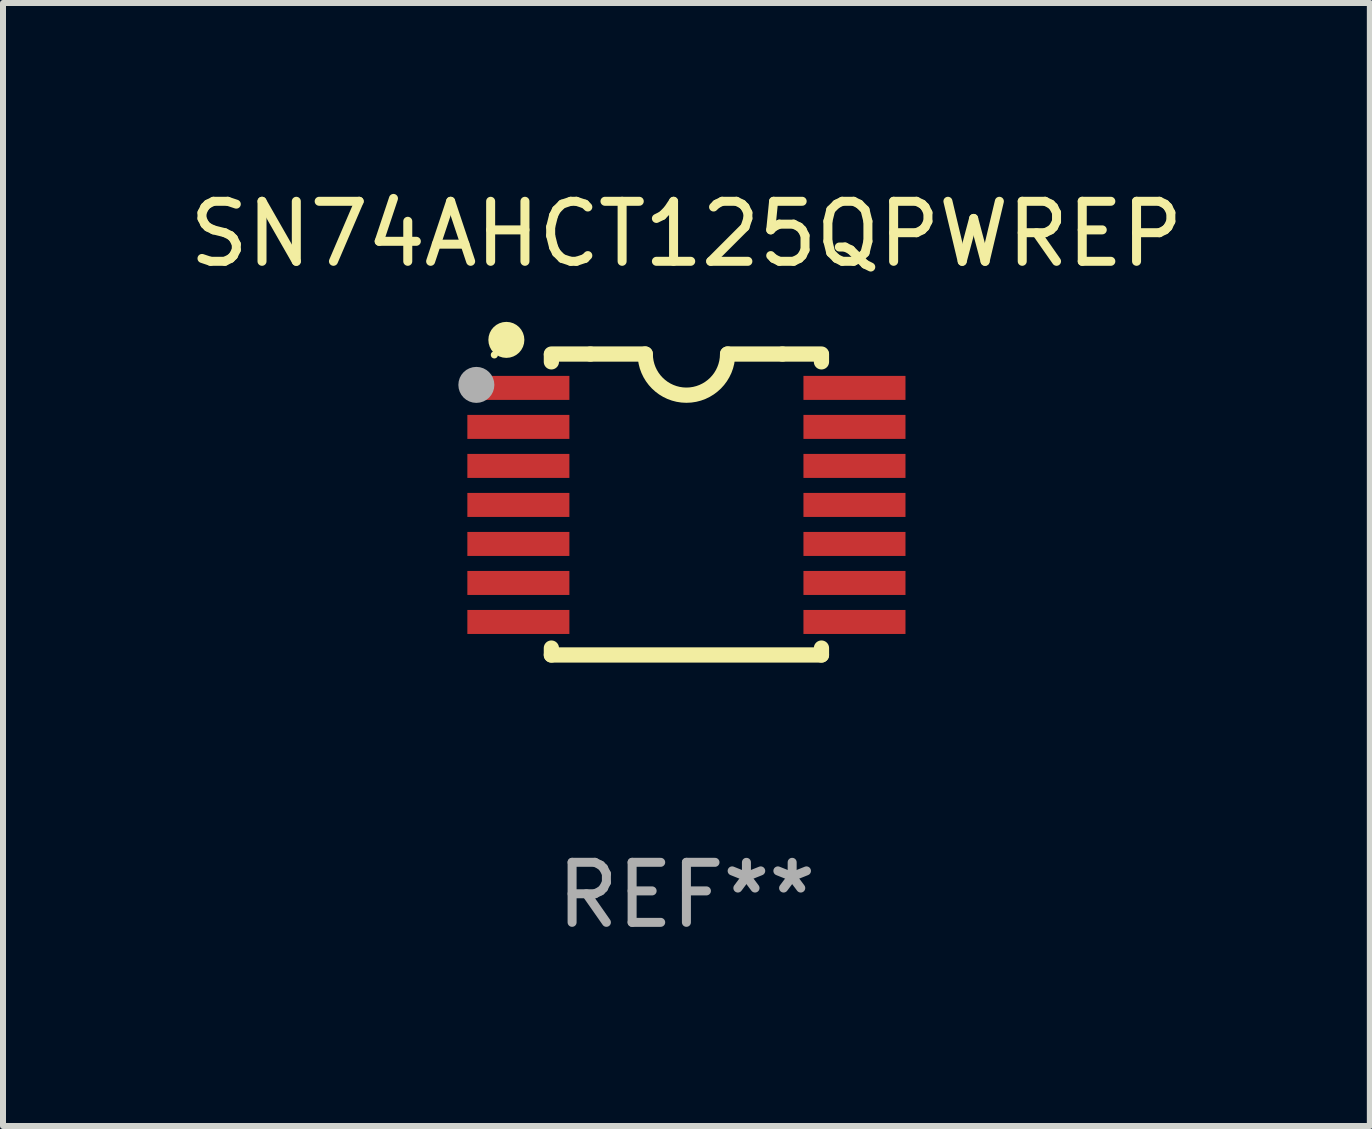
<source format=kicad_pcb>
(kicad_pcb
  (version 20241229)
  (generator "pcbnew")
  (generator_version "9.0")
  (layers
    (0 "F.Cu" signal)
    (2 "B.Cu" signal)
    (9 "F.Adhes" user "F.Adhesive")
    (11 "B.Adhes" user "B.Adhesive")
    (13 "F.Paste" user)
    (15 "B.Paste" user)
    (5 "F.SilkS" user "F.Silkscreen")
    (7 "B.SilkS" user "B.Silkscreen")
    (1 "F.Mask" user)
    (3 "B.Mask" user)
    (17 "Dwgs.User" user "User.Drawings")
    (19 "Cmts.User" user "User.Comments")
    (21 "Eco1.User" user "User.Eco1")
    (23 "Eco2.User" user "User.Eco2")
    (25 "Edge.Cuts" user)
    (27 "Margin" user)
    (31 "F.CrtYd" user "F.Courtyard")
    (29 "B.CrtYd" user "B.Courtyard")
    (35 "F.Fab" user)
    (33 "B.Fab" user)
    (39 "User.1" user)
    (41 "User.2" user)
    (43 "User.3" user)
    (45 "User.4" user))
  (footprint "SN74AHCT125QPWREP"
    (layer "F.Cu")
    (at 8.387 5.356)
    (property "Reference" "SN74AHCT125QPWREP" (at 0 -4.507 0) (layer "F.SilkS") (effects (font (size 1 1) (thickness 0.15))))
    (attr through_hole)
    (fp_line (start -2.25 -2.377) (end -2.25 -2.493) (stroke (width 0.254) (type solid)) (layer "F.SilkS"))
    (fp_line (start -2.25 2.507) (end -2.25 2.392) (stroke (width 0.254) (type solid)) (layer "F.SilkS"))
    (fp_line (start -1.6 -2.507) (end -2.25 -2.507) (stroke (width 0.254) (type solid)) (layer "F.SilkS"))
    (fp_line (start -1.6 -2.507) (end -0.686 -2.507) (stroke (width 0.254) (type solid)) (layer "F.SilkS"))
    (fp_line (start 0.686 -2.507) (end 1.6 -2.507) (stroke (width 0.254) (type solid)) (layer "F.SilkS"))
    (fp_line (start 1.6 -2.507) (end 2.25 -2.507) (stroke (width 0.254) (type solid)) (layer "F.SilkS"))
    (fp_line (start 2.25 -2.493) (end 2.25 -2.377) (stroke (width 0.254) (type solid)) (layer "F.SilkS"))
    (fp_line (start 2.25 2.392) (end 2.25 2.507) (stroke (width 0.254) (type solid)) (layer "F.SilkS"))
    (fp_line (start 2.25 2.507) (end -2.25 2.507) (stroke (width 0.254) (type solid)) (layer "F.SilkS"))
    (fp_arc (start 0.685852 -2.507303) (mid 0.000051 -1.821502) (end -0.68575 -2.507303) (stroke (width 0.254001) (type solid)) (layer "F.SilkS"))
    (fp_circle (center -3.2 -2.493) (end -3.17 -2.493) (stroke (width 0.06) (type solid)) (fill no) (layer "F.SilkS"))
    (fp_circle (center -3 -2.743) (end -2.85 -2.743) (stroke (width 0.3) (type solid)) (fill no) (layer "F.SilkS"))
    (fp_circle (center -3.5 -1.993) (end -3.35 -1.993) (stroke (width 0.3) (type solid)) (fill no) (layer "F.Fab"))
    (fp_text user "REF**" (at 0 6.507 0) (layer "F.Fab") (effects (font (size 1 1) (thickness 0.15))))
    (pad "1" smd rect (at -2.8 -1.943) (size 1.7 0.4) (layers "F.Cu" "F.Mask" "F.Paste"))
    (pad "2" smd rect (at -2.8 -1.293) (size 1.7 0.4) (layers "F.Cu" "F.Mask" "F.Paste"))
    (pad "3" smd rect (at -2.8 -0.643) (size 1.7 0.4) (layers "F.Cu" "F.Mask" "F.Paste"))
    (pad "4" smd rect (at -2.8 0.007) (size 1.7 0.4) (layers "F.Cu" "F.Mask" "F.Paste"))
    (pad "5" smd rect (at -2.8 0.657) (size 1.7 0.4) (layers "F.Cu" "F.Mask" "F.Paste"))
    (pad "6" smd rect (at -2.8 1.307) (size 1.7 0.4) (layers "F.Cu" "F.Mask" "F.Paste"))
    (pad "7" smd rect (at -2.8 1.957) (size 1.7 0.4) (layers "F.Cu" "F.Mask" "F.Paste"))
    (pad "8" smd rect (at 2.8 1.957) (size 1.7 0.4) (layers "F.Cu" "F.Mask" "F.Paste"))
    (pad "9" smd rect (at 2.8 1.307) (size 1.7 0.4) (layers "F.Cu" "F.Mask" "F.Paste"))
    (pad "10" smd rect (at 2.8 0.657) (size 1.7 0.4) (layers "F.Cu" "F.Mask" "F.Paste"))
    (pad "11" smd rect (at 2.8 0.007) (size 1.7 0.4) (layers "F.Cu" "F.Mask" "F.Paste"))
    (pad "12" smd rect (at 2.8 -0.643) (size 1.7 0.4) (layers "F.Cu" "F.Mask" "F.Paste"))
    (pad "13" smd rect (at 2.8 -1.293) (size 1.7 0.4) (layers "F.Cu" "F.Mask" "F.Paste"))
    (pad "14" smd rect (at 2.8 -1.943) (size 1.7 0.4) (layers "F.Cu" "F.Mask" "F.Paste")))
  (gr_rect
    (start -3 -3)
    (end 19.774 15.711)
    (stroke (width 0.1) (type default))
    (fill no)
    (layer "Edge.Cuts")))
</source>
